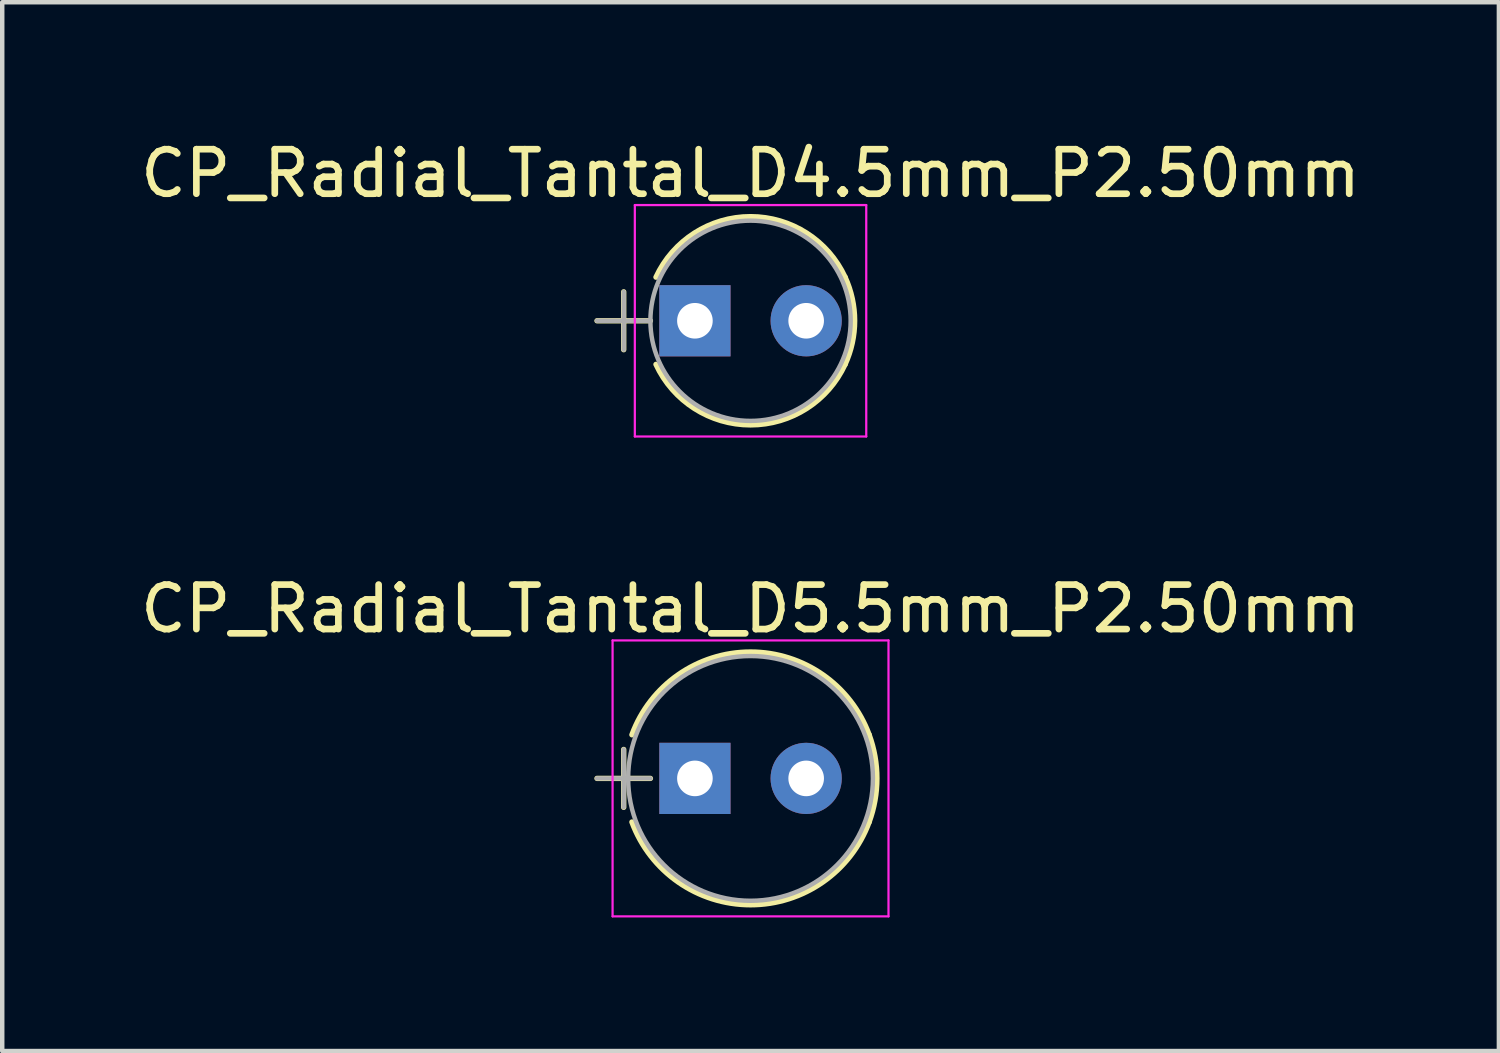
<source format=kicad_pcb>
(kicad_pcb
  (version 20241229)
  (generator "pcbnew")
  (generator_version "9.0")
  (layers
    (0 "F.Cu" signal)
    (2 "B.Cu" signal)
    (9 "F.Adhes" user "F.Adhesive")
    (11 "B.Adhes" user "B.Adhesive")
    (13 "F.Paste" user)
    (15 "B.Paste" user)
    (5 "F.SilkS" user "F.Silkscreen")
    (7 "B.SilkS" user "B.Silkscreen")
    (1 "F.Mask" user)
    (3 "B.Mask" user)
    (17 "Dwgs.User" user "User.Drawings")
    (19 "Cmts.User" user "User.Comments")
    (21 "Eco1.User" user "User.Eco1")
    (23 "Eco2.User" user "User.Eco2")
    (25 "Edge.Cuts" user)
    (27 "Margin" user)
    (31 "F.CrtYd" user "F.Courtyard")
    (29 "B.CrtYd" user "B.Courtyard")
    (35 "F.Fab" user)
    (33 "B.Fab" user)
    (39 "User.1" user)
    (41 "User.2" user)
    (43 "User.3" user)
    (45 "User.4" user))
  (footprint "CP_Radial_Tantal_D4.5mm_P2.50mm"
    (layer "F.Cu")
    (at 12.565 4.158)
    (property "Reference" "CP_Radial_Tantal_D4.5mm_P2.50mm" (at 1.25 -3.31 0) (layer "F.SilkS") (effects (font (size 1 1) (thickness 0.15))))
    (attr through_hole)
    (fp_line (start -2.2 0) (end -1 0) (stroke (width 0.12) (type solid)) (layer "F.SilkS"))
    (fp_line (start -1.6 -0.65) (end -1.6 0.65) (stroke (width 0.12) (type solid)) (layer "F.SilkS"))
    (fp_arc (start -0.8749 -0.98) (mid 1.25037 -2.34) (end 3.37521 -0.979328) (stroke (width 0.12) (type solid)) (layer "F.SilkS"))
    (fp_arc (start 3.3749 -0.98) (mid 3.59 -0.00037) (end 3.37521 0.979328) (stroke (width 0.12) (type solid)) (layer "F.SilkS"))
    (fp_arc (start 3.37521 0.979328) (mid 1.25037 2.34) (end -0.8749 0.98) (stroke (width 0.12) (type solid)) (layer "F.SilkS"))
    (fp_line (start -1.35 -2.6) (end -1.35 2.6) (stroke (width 0.05) (type solid)) (layer "F.CrtYd"))
    (fp_line (start -1.35 2.6) (end 3.85 2.6) (stroke (width 0.05) (type solid)) (layer "F.CrtYd"))
    (fp_line (start 3.85 -2.6) (end -1.35 -2.6) (stroke (width 0.05) (type solid)) (layer "F.CrtYd"))
    (fp_line (start 3.85 2.6) (end 3.85 -2.6) (stroke (width 0.05) (type solid)) (layer "F.CrtYd"))
    (fp_line (start -2.2 0) (end -1 0) (stroke (width 0.1) (type solid)) (layer "F.Fab"))
    (fp_line (start -1.6 -0.65) (end -1.6 0.65) (stroke (width 0.1) (type solid)) (layer "F.Fab"))
    (fp_circle (center 1.25 0) (end 3.5 0) (stroke (width 0.1) (type solid)) (fill no) (layer "F.Fab"))
    (pad "1" thru_hole rect (at 0 0) (size 1.6 1.6) (drill 0.8) (layers "*.Cu" "*.Mask"))
    (pad "2" thru_hole circle (at 2.5 0) (size 1.6 1.6) (drill 0.8) (layers "*.Cu" "*.Mask")))
  (footprint "CP_Radial_Tantal_D5.5mm_P2.50mm"
    (layer "F.Cu")
    (at 12.565 14.441)
    (property "Reference" "CP_Radial_Tantal_D5.5mm_P2.50mm" (at 1.25 -3.81 0) (layer "F.SilkS") (effects (font (size 1 1) (thickness 0.15))))
    (attr through_hole)
    (fp_line (start -2.2 0) (end -1 0) (stroke (width 0.12) (type solid)) (layer "F.SilkS"))
    (fp_line (start -1.6 -0.65) (end -1.6 0.65) (stroke (width 0.12) (type solid)) (layer "F.SilkS"))
    (fp_arc (start -1.415558 -0.98) (mid 1.249311 -2.84) (end 3.915082 -0.981294) (stroke (width 0.12) (type solid)) (layer "F.SilkS"))
    (fp_arc (start 3.915082 0.981294) (mid 1.249311 2.84) (end -1.415558 0.98) (stroke (width 0.12) (type solid)) (layer "F.SilkS"))
    (fp_arc (start 3.915558 -0.98) (mid 4.09 0.000689) (end 3.915082 0.981294) (stroke (width 0.12) (type solid)) (layer "F.SilkS"))
    (fp_line (start -1.85 -3.1) (end -1.85 3.1) (stroke (width 0.05) (type solid)) (layer "F.CrtYd"))
    (fp_line (start -1.85 3.1) (end 4.35 3.1) (stroke (width 0.05) (type solid)) (layer "F.CrtYd"))
    (fp_line (start 4.35 -3.1) (end -1.85 -3.1) (stroke (width 0.05) (type solid)) (layer "F.CrtYd"))
    (fp_line (start 4.35 3.1) (end 4.35 -3.1) (stroke (width 0.05) (type solid)) (layer "F.CrtYd"))
    (fp_line (start -2.2 0) (end -1 0) (stroke (width 0.1) (type solid)) (layer "F.Fab"))
    (fp_line (start -1.6 -0.65) (end -1.6 0.65) (stroke (width 0.1) (type solid)) (layer "F.Fab"))
    (fp_circle (center 1.25 0) (end 4 0) (stroke (width 0.1) (type solid)) (fill no) (layer "F.Fab"))
    (pad "1" thru_hole rect (at 0 0) (size 1.6 1.6) (drill 0.8) (layers "*.Cu" "*.Mask"))
    (pad "2" thru_hole circle (at 2.5 0) (size 1.6 1.6) (drill 0.8) (layers "*.Cu" "*.Mask")))
  (gr_rect
    (start -3 -3)
    (end 30.631 20.567)
    (stroke (width 0.1) (type default))
    (fill no)
    (layer "Edge.Cuts")))
</source>
